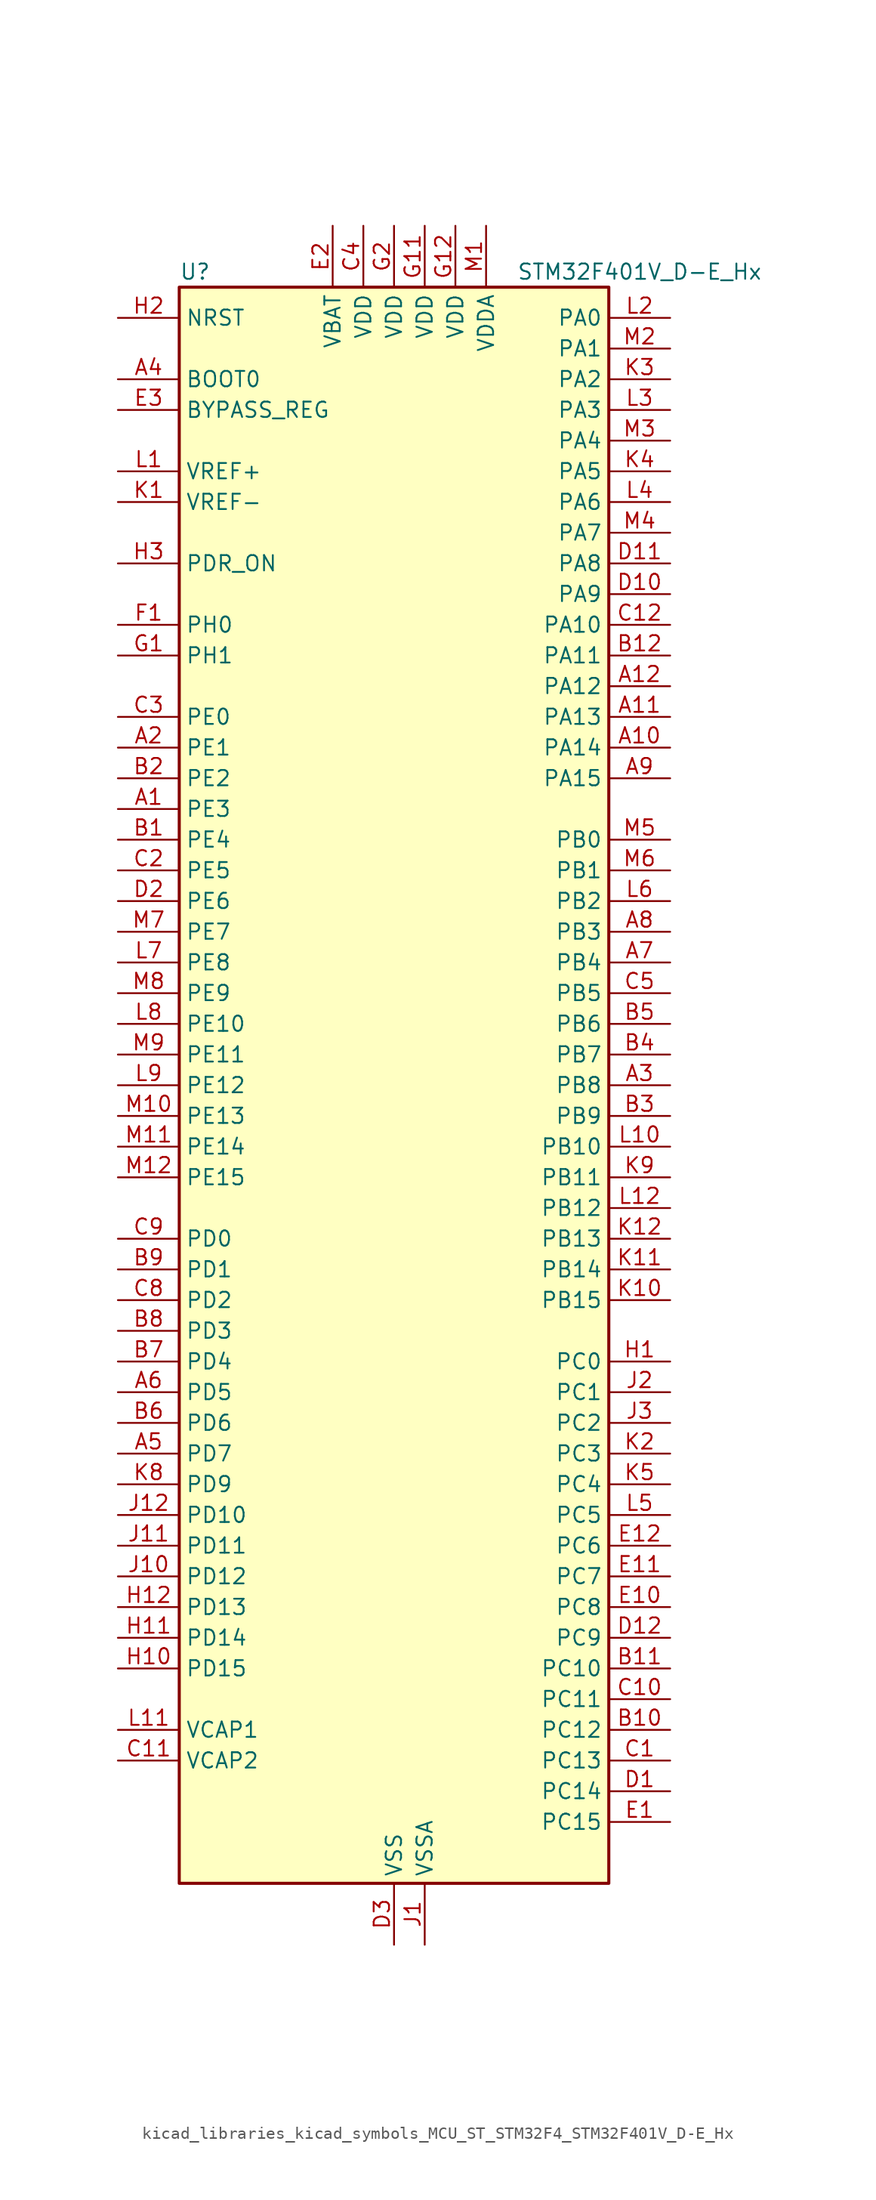
<source format=kicad_sym>
(kicad_symbol_lib
  (version 20220914)
  (generator kicad_symbol_editor)
  (symbol "kicad_libraries_kicad_symbols_MCU_ST_STM32F4_STM32F401V_D-E_Hx"
    (property "Reference" "U"
      (at -17.78 67.31 0)
      (effects (font (size 1.27 1.27)) (justify left)))
    (property "Value" "STM32F401V_D-E_Hx"
      (at 10.16 67.31 0)
      (effects (font (size 1.27 1.27)) (justify left)))
    (property "ki_locked" ""
      (at 0 0 0)
      (effects (font (size 1.27 1.27))))
    (symbol "kicad_libraries_kicad_symbols_MCU_ST_STM32F4_STM32F401V_D-E_Hx_0_1"
      (rectangle (start -17.78 -66.04) (end 17.78 66.04) (stroke (width 0.254) (type default)) (fill (type background))))
    (symbol "kicad_libraries_kicad_symbols_MCU_ST_STM32F4_STM32F401V_D-E_Hx_1_1"
      (pin bidirectional line (at -22.86 22.86 0) (length 5.08) (name "PE3" (effects (font (size 1.27 1.27)))) (number "A1" (effects (font (size 1.27 1.27)))) (alternate "SYS_TRACED0" bidirectional line))
      (pin bidirectional line (at 22.86 27.94 180) (length 5.08) (name "PA14" (effects (font (size 1.27 1.27)))) (number "A10" (effects (font (size 1.27 1.27)))) (alternate "SYS_JTCK-SWCLK" bidirectional line))
      (pin bidirectional line (at 22.86 30.48 180) (length 5.08) (name "PA13" (effects (font (size 1.27 1.27)))) (number "A11" (effects (font (size 1.27 1.27)))) (alternate "SYS_JTMS-SWDIO" bidirectional line))
      (pin bidirectional line (at 22.86 33.02 180) (length 5.08) (name "PA12" (effects (font (size 1.27 1.27)))) (number "A12" (effects (font (size 1.27 1.27)))) (alternate "TIM1_ETR" bidirectional line) (alternate "USART1_RTS" bidirectional line) (alternate "USART6_RX" bidirectional line) (alternate "USB_OTG_FS_DP" bidirectional line))
      (pin bidirectional line (at -22.86 27.94 0) (length 5.08) (name "PE1" (effects (font (size 1.27 1.27)))) (number "A2" (effects (font (size 1.27 1.27)))))
      (pin bidirectional line (at 22.86 0 180) (length 5.08) (name "PB8" (effects (font (size 1.27 1.27)))) (number "A3" (effects (font (size 1.27 1.27)))) (alternate "I2C1_SCL" bidirectional line) (alternate "SDIO_D4" bidirectional line) (alternate "TIM10_CH1" bidirectional line) (alternate "TIM4_CH3" bidirectional line))
      (pin input line (at -22.86 58.42 0) (length 5.08) (name "BOOT0" (effects (font (size 1.27 1.27)))) (number "A4" (effects (font (size 1.27 1.27)))))
      (pin bidirectional line (at -22.86 -30.48 0) (length 5.08) (name "PD7" (effects (font (size 1.27 1.27)))) (number "A5" (effects (font (size 1.27 1.27)))) (alternate "USART2_CK" bidirectional line))
      (pin bidirectional line (at -22.86 -25.4 0) (length 5.08) (name "PD5" (effects (font (size 1.27 1.27)))) (number "A6" (effects (font (size 1.27 1.27)))) (alternate "USART2_TX" bidirectional line))
      (pin bidirectional line (at 22.86 10.16 180) (length 5.08) (name "PB4" (effects (font (size 1.27 1.27)))) (number "A7" (effects (font (size 1.27 1.27)))) (alternate "I2C3_SDA" bidirectional line) (alternate "I2S3_ext_SD" bidirectional line) (alternate "SPI1_MISO" bidirectional line) (alternate "SPI3_MISO" bidirectional line) (alternate "SYS_JTRST" bidirectional line) (alternate "TIM3_CH1" bidirectional line))
      (pin bidirectional line (at 22.86 12.7 180) (length 5.08) (name "PB3" (effects (font (size 1.27 1.27)))) (number "A8" (effects (font (size 1.27 1.27)))) (alternate "I2C2_SDA" bidirectional line) (alternate "I2S3_CK" bidirectional line) (alternate "SPI1_SCK" bidirectional line) (alternate "SPI3_SCK" bidirectional line) (alternate "SYS_JTDO-SWO" bidirectional line) (alternate "TIM2_CH2" bidirectional line))
      (pin bidirectional line (at 22.86 25.4 180) (length 5.08) (name "PA15" (effects (font (size 1.27 1.27)))) (number "A9" (effects (font (size 1.27 1.27)))) (alternate "ADC1_EXTI15" bidirectional line) (alternate "I2S3_WS" bidirectional line) (alternate "SPI1_NSS" bidirectional line) (alternate "SPI3_NSS" bidirectional line) (alternate "SYS_JTDI" bidirectional line) (alternate "TIM2_CH1" bidirectional line) (alternate "TIM2_ETR" bidirectional line))
      (pin bidirectional line (at -22.86 20.32 0) (length 5.08) (name "PE4" (effects (font (size 1.27 1.27)))) (number "B1" (effects (font (size 1.27 1.27)))) (alternate "SPI4_NSS" bidirectional line) (alternate "SYS_TRACED1" bidirectional line))
      (pin bidirectional line (at 22.86 -53.34 180) (length 5.08) (name "PC12" (effects (font (size 1.27 1.27)))) (number "B10" (effects (font (size 1.27 1.27)))) (alternate "I2S3_SD" bidirectional line) (alternate "SDIO_CK" bidirectional line) (alternate "SPI3_MOSI" bidirectional line))
      (pin bidirectional line (at 22.86 -48.26 180) (length 5.08) (name "PC10" (effects (font (size 1.27 1.27)))) (number "B11" (effects (font (size 1.27 1.27)))) (alternate "I2S3_CK" bidirectional line) (alternate "SDIO_D2" bidirectional line) (alternate "SPI3_SCK" bidirectional line))
      (pin bidirectional line (at 22.86 35.56 180) (length 5.08) (name "PA11" (effects (font (size 1.27 1.27)))) (number "B12" (effects (font (size 1.27 1.27)))) (alternate "ADC1_EXTI11" bidirectional line) (alternate "TIM1_CH4" bidirectional line) (alternate "USART1_CTS" bidirectional line) (alternate "USART6_TX" bidirectional line) (alternate "USB_OTG_FS_DM" bidirectional line))
      (pin bidirectional line (at -22.86 25.4 0) (length 5.08) (name "PE2" (effects (font (size 1.27 1.27)))) (number "B2" (effects (font (size 1.27 1.27)))) (alternate "SPI4_SCK" bidirectional line) (alternate "SYS_TRACECLK" bidirectional line))
      (pin bidirectional line (at 22.86 -2.54 180) (length 5.08) (name "PB9" (effects (font (size 1.27 1.27)))) (number "B3" (effects (font (size 1.27 1.27)))) (alternate "I2C1_SDA" bidirectional line) (alternate "I2S2_WS" bidirectional line) (alternate "SDIO_D5" bidirectional line) (alternate "SPI2_NSS" bidirectional line) (alternate "TIM11_CH1" bidirectional line) (alternate "TIM4_CH4" bidirectional line))
      (pin bidirectional line (at 22.86 2.54 180) (length 5.08) (name "PB7" (effects (font (size 1.27 1.27)))) (number "B4" (effects (font (size 1.27 1.27)))) (alternate "I2C1_SDA" bidirectional line) (alternate "TIM4_CH2" bidirectional line) (alternate "USART1_RX" bidirectional line))
      (pin bidirectional line (at 22.86 5.08 180) (length 5.08) (name "PB6" (effects (font (size 1.27 1.27)))) (number "B5" (effects (font (size 1.27 1.27)))) (alternate "I2C1_SCL" bidirectional line) (alternate "TIM4_CH1" bidirectional line) (alternate "USART1_TX" bidirectional line))
      (pin bidirectional line (at -22.86 -27.94 0) (length 5.08) (name "PD6" (effects (font (size 1.27 1.27)))) (number "B6" (effects (font (size 1.27 1.27)))) (alternate "I2S3_SD" bidirectional line) (alternate "SPI3_MOSI" bidirectional line) (alternate "USART2_RX" bidirectional line))
      (pin bidirectional line (at -22.86 -22.86 0) (length 5.08) (name "PD4" (effects (font (size 1.27 1.27)))) (number "B7" (effects (font (size 1.27 1.27)))) (alternate "USART2_RTS" bidirectional line))
      (pin bidirectional line (at -22.86 -20.32 0) (length 5.08) (name "PD3" (effects (font (size 1.27 1.27)))) (number "B8" (effects (font (size 1.27 1.27)))) (alternate "I2S2_CK" bidirectional line) (alternate "SPI2_SCK" bidirectional line) (alternate "USART2_CTS" bidirectional line))
      (pin bidirectional line (at -22.86 -15.24 0) (length 5.08) (name "PD1" (effects (font (size 1.27 1.27)))) (number "B9" (effects (font (size 1.27 1.27)))))
      (pin bidirectional line (at 22.86 -55.88 180) (length 5.08) (name "PC13" (effects (font (size 1.27 1.27)))) (number "C1" (effects (font (size 1.27 1.27)))) (alternate "RTC_AF1" bidirectional line))
      (pin bidirectional line (at 22.86 -50.8 180) (length 5.08) (name "PC11" (effects (font (size 1.27 1.27)))) (number "C10" (effects (font (size 1.27 1.27)))) (alternate "ADC1_EXTI11" bidirectional line) (alternate "I2S3_ext_SD" bidirectional line) (alternate "SDIO_D3" bidirectional line) (alternate "SPI3_MISO" bidirectional line))
      (pin power_out line (at -22.86 -55.88 0) (length 5.08) (name "VCAP2" (effects (font (size 1.27 1.27)))) (number "C11" (effects (font (size 1.27 1.27)))))
      (pin bidirectional line (at 22.86 38.1 180) (length 5.08) (name "PA10" (effects (font (size 1.27 1.27)))) (number "C12" (effects (font (size 1.27 1.27)))) (alternate "TIM1_CH3" bidirectional line) (alternate "USART1_RX" bidirectional line) (alternate "USB_OTG_FS_ID" bidirectional line))
      (pin bidirectional line (at -22.86 17.78 0) (length 5.08) (name "PE5" (effects (font (size 1.27 1.27)))) (number "C2" (effects (font (size 1.27 1.27)))) (alternate "SPI4_MISO" bidirectional line) (alternate "SYS_TRACED2" bidirectional line) (alternate "TIM9_CH1" bidirectional line))
      (pin bidirectional line (at -22.86 30.48 0) (length 5.08) (name "PE0" (effects (font (size 1.27 1.27)))) (number "C3" (effects (font (size 1.27 1.27)))) (alternate "TIM4_ETR" bidirectional line))
      (pin power_in line (at -2.54 71.12 270) (length 5.08) (name "VDD" (effects (font (size 1.27 1.27)))) (number "C4" (effects (font (size 1.27 1.27)))))
      (pin bidirectional line (at 22.86 7.62 180) (length 5.08) (name "PB5" (effects (font (size 1.27 1.27)))) (number "C5" (effects (font (size 1.27 1.27)))) (alternate "I2C1_SMBA" bidirectional line) (alternate "I2S3_SD" bidirectional line) (alternate "SPI1_MOSI" bidirectional line) (alternate "SPI3_MOSI" bidirectional line) (alternate "TIM3_CH2" bidirectional line))
      (pin bidirectional line (at -22.86 -17.78 0) (length 5.08) (name "PD2" (effects (font (size 1.27 1.27)))) (number "C8" (effects (font (size 1.27 1.27)))) (alternate "SDIO_CMD" bidirectional line) (alternate "TIM3_ETR" bidirectional line))
      (pin bidirectional line (at -22.86 -12.7 0) (length 5.08) (name "PD0" (effects (font (size 1.27 1.27)))) (number "C9" (effects (font (size 1.27 1.27)))))
      (pin bidirectional line (at 22.86 -58.42 180) (length 5.08) (name "PC14" (effects (font (size 1.27 1.27)))) (number "D1" (effects (font (size 1.27 1.27)))) (alternate "RCC_OSC32_IN" bidirectional line))
      (pin bidirectional line (at 22.86 40.64 180) (length 5.08) (name "PA9" (effects (font (size 1.27 1.27)))) (number "D10" (effects (font (size 1.27 1.27)))) (alternate "I2C3_SMBA" bidirectional line) (alternate "TIM1_CH2" bidirectional line) (alternate "USART1_TX" bidirectional line) (alternate "USB_OTG_FS_VBUS" bidirectional line))
      (pin bidirectional line (at 22.86 43.18 180) (length 5.08) (name "PA8" (effects (font (size 1.27 1.27)))) (number "D11" (effects (font (size 1.27 1.27)))) (alternate "I2C3_SCL" bidirectional line) (alternate "RCC_MCO_1" bidirectional line) (alternate "TIM1_CH1" bidirectional line) (alternate "USART1_CK" bidirectional line) (alternate "USB_OTG_FS_SOF" bidirectional line))
      (pin bidirectional line (at 22.86 -45.72 180) (length 5.08) (name "PC9" (effects (font (size 1.27 1.27)))) (number "D12" (effects (font (size 1.27 1.27)))) (alternate "I2C3_SDA" bidirectional line) (alternate "I2S_CKIN" bidirectional line) (alternate "RCC_MCO_2" bidirectional line) (alternate "SDIO_D1" bidirectional line) (alternate "TIM3_CH4" bidirectional line))
      (pin bidirectional line (at -22.86 15.24 0) (length 5.08) (name "PE6" (effects (font (size 1.27 1.27)))) (number "D2" (effects (font (size 1.27 1.27)))) (alternate "SPI4_MOSI" bidirectional line) (alternate "SYS_TRACED3" bidirectional line) (alternate "TIM9_CH2" bidirectional line))
      (pin power_in line (at 0 -71.12 90) (length 5.08) (name "VSS" (effects (font (size 1.27 1.27)))) (number "D3" (effects (font (size 1.27 1.27)))))
      (pin bidirectional line (at 22.86 -60.96 180) (length 5.08) (name "PC15" (effects (font (size 1.27 1.27)))) (number "E1" (effects (font (size 1.27 1.27)))) (alternate "ADC1_EXTI15" bidirectional line) (alternate "RCC_OSC32_OUT" bidirectional line))
      (pin bidirectional line (at 22.86 -43.18 180) (length 5.08) (name "PC8" (effects (font (size 1.27 1.27)))) (number "E10" (effects (font (size 1.27 1.27)))) (alternate "SDIO_D0" bidirectional line) (alternate "TIM3_CH3" bidirectional line) (alternate "USART6_CK" bidirectional line))
      (pin bidirectional line (at 22.86 -40.64 180) (length 5.08) (name "PC7" (effects (font (size 1.27 1.27)))) (number "E11" (effects (font (size 1.27 1.27)))) (alternate "I2S3_MCK" bidirectional line) (alternate "SDIO_D7" bidirectional line) (alternate "TIM3_CH2" bidirectional line) (alternate "USART6_RX" bidirectional line))
      (pin bidirectional line (at 22.86 -38.1 180) (length 5.08) (name "PC6" (effects (font (size 1.27 1.27)))) (number "E12" (effects (font (size 1.27 1.27)))) (alternate "I2S2_MCK" bidirectional line) (alternate "SDIO_D6" bidirectional line) (alternate "TIM3_CH1" bidirectional line) (alternate "USART6_TX" bidirectional line))
      (pin power_in line (at -5.08 71.12 270) (length 5.08) (name "VBAT" (effects (font (size 1.27 1.27)))) (number "E2" (effects (font (size 1.27 1.27)))))
      (pin input line (at -22.86 55.88 0) (length 5.08) (name "BYPASS_REG" (effects (font (size 1.27 1.27)))) (number "E3" (effects (font (size 1.27 1.27)))))
      (pin bidirectional line (at -22.86 38.1 0) (length 5.08) (name "PH0" (effects (font (size 1.27 1.27)))) (number "F1" (effects (font (size 1.27 1.27)))) (alternate "RCC_OSC_IN" bidirectional line))
      (pin passive line (at 0 -71.12 90) (length 5.08) hide (name "VSS" (effects (font (size 1.27 1.27)))) (number "F11" (effects (font (size 1.27 1.27)))))
      (pin passive line (at 0 -71.12 90) (length 5.08) hide (name "VSS" (effects (font (size 1.27 1.27)))) (number "F12" (effects (font (size 1.27 1.27)))))
      (pin passive line (at 0 -71.12 90) (length 5.08) hide (name "VSS" (effects (font (size 1.27 1.27)))) (number "F2" (effects (font (size 1.27 1.27)))))
      (pin bidirectional line (at -22.86 35.56 0) (length 5.08) (name "PH1" (effects (font (size 1.27 1.27)))) (number "G1" (effects (font (size 1.27 1.27)))) (alternate "RCC_OSC_OUT" bidirectional line))
      (pin power_in line (at 2.54 71.12 270) (length 5.08) (name "VDD" (effects (font (size 1.27 1.27)))) (number "G11" (effects (font (size 1.27 1.27)))))
      (pin power_in line (at 5.08 71.12 270) (length 5.08) (name "VDD" (effects (font (size 1.27 1.27)))) (number "G12" (effects (font (size 1.27 1.27)))))
      (pin power_in line (at 0 71.12 270) (length 5.08) (name "VDD" (effects (font (size 1.27 1.27)))) (number "G2" (effects (font (size 1.27 1.27)))))
      (pin bidirectional line (at 22.86 -22.86 180) (length 5.08) (name "PC0" (effects (font (size 1.27 1.27)))) (number "H1" (effects (font (size 1.27 1.27)))) (alternate "ADC1_IN10" bidirectional line))
      (pin bidirectional line (at -22.86 -48.26 0) (length 5.08) (name "PD15" (effects (font (size 1.27 1.27)))) (number "H10" (effects (font (size 1.27 1.27)))) (alternate "ADC1_EXTI15" bidirectional line) (alternate "TIM4_CH4" bidirectional line))
      (pin bidirectional line (at -22.86 -45.72 0) (length 5.08) (name "PD14" (effects (font (size 1.27 1.27)))) (number "H11" (effects (font (size 1.27 1.27)))) (alternate "TIM4_CH3" bidirectional line))
      (pin bidirectional line (at -22.86 -43.18 0) (length 5.08) (name "PD13" (effects (font (size 1.27 1.27)))) (number "H12" (effects (font (size 1.27 1.27)))) (alternate "TIM4_CH2" bidirectional line))
      (pin input line (at -22.86 63.5 0) (length 5.08) (name "NRST" (effects (font (size 1.27 1.27)))) (number "H2" (effects (font (size 1.27 1.27)))))
      (pin input line (at -22.86 43.18 0) (length 5.08) (name "PDR_ON" (effects (font (size 1.27 1.27)))) (number "H3" (effects (font (size 1.27 1.27)))))
      (pin power_in line (at 2.54 -71.12 90) (length 5.08) (name "VSSA" (effects (font (size 1.27 1.27)))) (number "J1" (effects (font (size 1.27 1.27)))))
      (pin bidirectional line (at -22.86 -40.64 0) (length 5.08) (name "PD12" (effects (font (size 1.27 1.27)))) (number "J10" (effects (font (size 1.27 1.27)))) (alternate "TIM4_CH1" bidirectional line))
      (pin bidirectional line (at -22.86 -38.1 0) (length 5.08) (name "PD11" (effects (font (size 1.27 1.27)))) (number "J11" (effects (font (size 1.27 1.27)))) (alternate "ADC1_EXTI11" bidirectional line))
      (pin bidirectional line (at -22.86 -35.56 0) (length 5.08) (name "PD10" (effects (font (size 1.27 1.27)))) (number "J12" (effects (font (size 1.27 1.27)))))
      (pin bidirectional line (at 22.86 -25.4 180) (length 5.08) (name "PC1" (effects (font (size 1.27 1.27)))) (number "J2" (effects (font (size 1.27 1.27)))) (alternate "ADC1_IN11" bidirectional line))
      (pin bidirectional line (at 22.86 -27.94 180) (length 5.08) (name "PC2" (effects (font (size 1.27 1.27)))) (number "J3" (effects (font (size 1.27 1.27)))) (alternate "ADC1_IN12" bidirectional line) (alternate "I2S2_ext_SD" bidirectional line) (alternate "SPI2_MISO" bidirectional line))
      (pin input line (at -22.86 48.26 0) (length 5.08) (name "VREF-" (effects (font (size 1.27 1.27)))) (number "K1" (effects (font (size 1.27 1.27)))))
      (pin bidirectional line (at 22.86 -17.78 180) (length 5.08) (name "PB15" (effects (font (size 1.27 1.27)))) (number "K10" (effects (font (size 1.27 1.27)))) (alternate "ADC1_EXTI15" bidirectional line) (alternate "I2S2_SD" bidirectional line) (alternate "RTC_REFIN" bidirectional line) (alternate "SPI2_MOSI" bidirectional line) (alternate "TIM1_CH3N" bidirectional line))
      (pin bidirectional line (at 22.86 -15.24 180) (length 5.08) (name "PB14" (effects (font (size 1.27 1.27)))) (number "K11" (effects (font (size 1.27 1.27)))) (alternate "I2S2_ext_SD" bidirectional line) (alternate "SPI2_MISO" bidirectional line) (alternate "TIM1_CH2N" bidirectional line))
      (pin bidirectional line (at 22.86 -12.7 180) (length 5.08) (name "PB13" (effects (font (size 1.27 1.27)))) (number "K12" (effects (font (size 1.27 1.27)))) (alternate "I2S2_CK" bidirectional line) (alternate "SPI2_SCK" bidirectional line) (alternate "TIM1_CH1N" bidirectional line))
      (pin bidirectional line (at 22.86 -30.48 180) (length 5.08) (name "PC3" (effects (font (size 1.27 1.27)))) (number "K2" (effects (font (size 1.27 1.27)))) (alternate "ADC1_IN13" bidirectional line) (alternate "I2S2_SD" bidirectional line) (alternate "SPI2_MOSI" bidirectional line))
      (pin bidirectional line (at 22.86 58.42 180) (length 5.08) (name "PA2" (effects (font (size 1.27 1.27)))) (number "K3" (effects (font (size 1.27 1.27)))) (alternate "ADC1_IN2" bidirectional line) (alternate "TIM2_CH3" bidirectional line) (alternate "TIM5_CH3" bidirectional line) (alternate "TIM9_CH1" bidirectional line) (alternate "USART2_TX" bidirectional line))
      (pin bidirectional line (at 22.86 50.8 180) (length 5.08) (name "PA5" (effects (font (size 1.27 1.27)))) (number "K4" (effects (font (size 1.27 1.27)))) (alternate "ADC1_IN5" bidirectional line) (alternate "SPI1_SCK" bidirectional line) (alternate "TIM2_CH1" bidirectional line) (alternate "TIM2_ETR" bidirectional line))
      (pin bidirectional line (at 22.86 -33.02 180) (length 5.08) (name "PC4" (effects (font (size 1.27 1.27)))) (number "K5" (effects (font (size 1.27 1.27)))) (alternate "ADC1_IN14" bidirectional line))
      (pin bidirectional line (at -22.86 -33.02 0) (length 5.08) (name "PD9" (effects (font (size 1.27 1.27)))) (number "K8" (effects (font (size 1.27 1.27)))))
      (pin bidirectional line (at 22.86 -7.62 180) (length 5.08) (name "PB11" (effects (font (size 1.27 1.27)))) (number "K9" (effects (font (size 1.27 1.27)))) (alternate "ADC1_EXTI11" bidirectional line) (alternate "I2C2_SDA" bidirectional line) (alternate "TIM2_CH4" bidirectional line))
      (pin input line (at -22.86 50.8 0) (length 5.08) (name "VREF+" (effects (font (size 1.27 1.27)))) (number "L1" (effects (font (size 1.27 1.27)))))
      (pin bidirectional line (at 22.86 -5.08 180) (length 5.08) (name "PB10" (effects (font (size 1.27 1.27)))) (number "L10" (effects (font (size 1.27 1.27)))) (alternate "I2C2_SCL" bidirectional line) (alternate "I2S2_CK" bidirectional line) (alternate "SPI2_SCK" bidirectional line) (alternate "TIM2_CH3" bidirectional line))
      (pin power_out line (at -22.86 -53.34 0) (length 5.08) (name "VCAP1" (effects (font (size 1.27 1.27)))) (number "L11" (effects (font (size 1.27 1.27)))))
      (pin bidirectional line (at 22.86 -10.16 180) (length 5.08) (name "PB12" (effects (font (size 1.27 1.27)))) (number "L12" (effects (font (size 1.27 1.27)))) (alternate "I2C2_SMBA" bidirectional line) (alternate "I2S2_WS" bidirectional line) (alternate "SPI2_NSS" bidirectional line) (alternate "TIM1_BKIN" bidirectional line))
      (pin bidirectional line (at 22.86 63.5 180) (length 5.08) (name "PA0" (effects (font (size 1.27 1.27)))) (number "L2" (effects (font (size 1.27 1.27)))) (alternate "ADC1_IN0" bidirectional line) (alternate "SYS_WKUP" bidirectional line) (alternate "TIM2_CH1" bidirectional line) (alternate "TIM2_ETR" bidirectional line) (alternate "TIM5_CH1" bidirectional line) (alternate "USART2_CTS" bidirectional line))
      (pin bidirectional line (at 22.86 55.88 180) (length 5.08) (name "PA3" (effects (font (size 1.27 1.27)))) (number "L3" (effects (font (size 1.27 1.27)))) (alternate "ADC1_IN3" bidirectional line) (alternate "TIM2_CH4" bidirectional line) (alternate "TIM5_CH4" bidirectional line) (alternate "TIM9_CH2" bidirectional line) (alternate "USART2_RX" bidirectional line))
      (pin bidirectional line (at 22.86 48.26 180) (length 5.08) (name "PA6" (effects (font (size 1.27 1.27)))) (number "L4" (effects (font (size 1.27 1.27)))) (alternate "ADC1_IN6" bidirectional line) (alternate "SPI1_MISO" bidirectional line) (alternate "TIM1_BKIN" bidirectional line) (alternate "TIM3_CH1" bidirectional line))
      (pin bidirectional line (at 22.86 -35.56 180) (length 5.08) (name "PC5" (effects (font (size 1.27 1.27)))) (number "L5" (effects (font (size 1.27 1.27)))) (alternate "ADC1_IN15" bidirectional line))
      (pin bidirectional line (at 22.86 15.24 180) (length 5.08) (name "PB2" (effects (font (size 1.27 1.27)))) (number "L6" (effects (font (size 1.27 1.27)))))
      (pin bidirectional line (at -22.86 10.16 0) (length 5.08) (name "PE8" (effects (font (size 1.27 1.27)))) (number "L7" (effects (font (size 1.27 1.27)))) (alternate "TIM1_CH1N" bidirectional line))
      (pin bidirectional line (at -22.86 5.08 0) (length 5.08) (name "PE10" (effects (font (size 1.27 1.27)))) (number "L8" (effects (font (size 1.27 1.27)))) (alternate "TIM1_CH2N" bidirectional line))
      (pin bidirectional line (at -22.86 0 0) (length 5.08) (name "PE12" (effects (font (size 1.27 1.27)))) (number "L9" (effects (font (size 1.27 1.27)))) (alternate "SPI4_SCK" bidirectional line) (alternate "TIM1_CH3N" bidirectional line))
      (pin power_in line (at 7.62 71.12 270) (length 5.08) (name "VDDA" (effects (font (size 1.27 1.27)))) (number "M1" (effects (font (size 1.27 1.27)))))
      (pin bidirectional line (at -22.86 -2.54 0) (length 5.08) (name "PE13" (effects (font (size 1.27 1.27)))) (number "M10" (effects (font (size 1.27 1.27)))) (alternate "SPI4_MISO" bidirectional line) (alternate "TIM1_CH3" bidirectional line))
      (pin bidirectional line (at -22.86 -5.08 0) (length 5.08) (name "PE14" (effects (font (size 1.27 1.27)))) (number "M11" (effects (font (size 1.27 1.27)))) (alternate "SPI4_MOSI" bidirectional line) (alternate "TIM1_CH4" bidirectional line))
      (pin bidirectional line (at -22.86 -7.62 0) (length 5.08) (name "PE15" (effects (font (size 1.27 1.27)))) (number "M12" (effects (font (size 1.27 1.27)))) (alternate "ADC1_EXTI15" bidirectional line) (alternate "TIM1_BKIN" bidirectional line))
      (pin bidirectional line (at 22.86 60.96 180) (length 5.08) (name "PA1" (effects (font (size 1.27 1.27)))) (number "M2" (effects (font (size 1.27 1.27)))) (alternate "ADC1_IN1" bidirectional line) (alternate "TIM2_CH2" bidirectional line) (alternate "TIM5_CH2" bidirectional line) (alternate "USART2_RTS" bidirectional line))
      (pin bidirectional line (at 22.86 53.34 180) (length 5.08) (name "PA4" (effects (font (size 1.27 1.27)))) (number "M3" (effects (font (size 1.27 1.27)))) (alternate "ADC1_IN4" bidirectional line) (alternate "I2S3_WS" bidirectional line) (alternate "SPI1_NSS" bidirectional line) (alternate "SPI3_NSS" bidirectional line) (alternate "USART2_CK" bidirectional line))
      (pin bidirectional line (at 22.86 45.72 180) (length 5.08) (name "PA7" (effects (font (size 1.27 1.27)))) (number "M4" (effects (font (size 1.27 1.27)))) (alternate "ADC1_IN7" bidirectional line) (alternate "SPI1_MOSI" bidirectional line) (alternate "TIM1_CH1N" bidirectional line) (alternate "TIM3_CH2" bidirectional line))
      (pin bidirectional line (at 22.86 20.32 180) (length 5.08) (name "PB0" (effects (font (size 1.27 1.27)))) (number "M5" (effects (font (size 1.27 1.27)))) (alternate "ADC1_IN8" bidirectional line) (alternate "TIM1_CH2N" bidirectional line) (alternate "TIM3_CH3" bidirectional line))
      (pin bidirectional line (at 22.86 17.78 180) (length 5.08) (name "PB1" (effects (font (size 1.27 1.27)))) (number "M6" (effects (font (size 1.27 1.27)))) (alternate "ADC1_IN9" bidirectional line) (alternate "TIM1_CH3N" bidirectional line) (alternate "TIM3_CH4" bidirectional line))
      (pin bidirectional line (at -22.86 12.7 0) (length 5.08) (name "PE7" (effects (font (size 1.27 1.27)))) (number "M7" (effects (font (size 1.27 1.27)))) (alternate "TIM1_ETR" bidirectional line))
      (pin bidirectional line (at -22.86 7.62 0) (length 5.08) (name "PE9" (effects (font (size 1.27 1.27)))) (number "M8" (effects (font (size 1.27 1.27)))) (alternate "TIM1_CH1" bidirectional line))
      (pin bidirectional line (at -22.86 2.54 0) (length 5.08) (name "PE11" (effects (font (size 1.27 1.27)))) (number "M9" (effects (font (size 1.27 1.27)))) (alternate "ADC1_EXTI11" bidirectional line) (alternate "SPI4_NSS" bidirectional line) (alternate "TIM1_CH2" bidirectional line)))))
</source>
